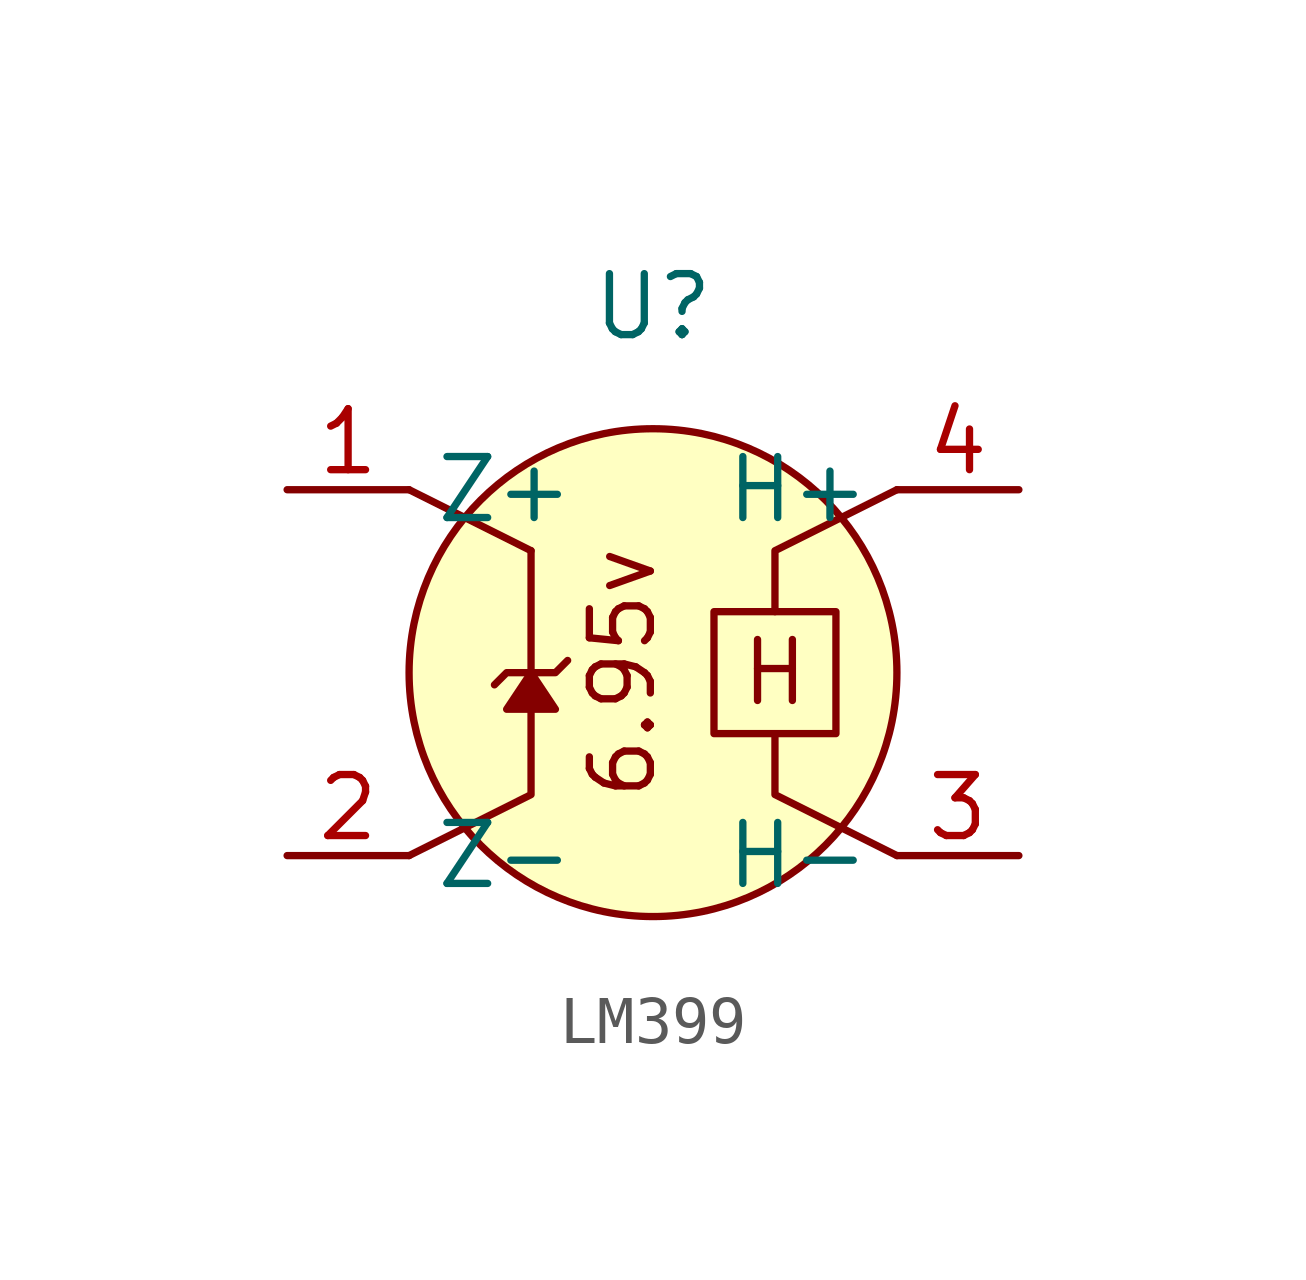
<source format=kicad_sym>
(kicad_symbol_lib
  (version 20220914)
  (generator kicad_symbol_editor)
  (symbol "LM399"
    (property "Reference" "U"
      (at 0 7.62 0)
      (effects (font (size 1.27 1.27))))
    (property "Value" ""
      (at 0 0 0)
      (effects (font (size 1.27 1.27))))
    (symbol "LM399_0_1"
      (polyline (pts (xy -2.54 2.54) (xy -5.08 3.81)) (stroke (width 0) (type default)) (fill (type none))))
    (symbol "LM399_1_1"
      (polyline (pts (xy -2.54 2.54) (xy -2.54 0)) (stroke (width 0) (type default)) (fill (type none)))
      (polyline (pts (xy -5.08 -3.81) (xy -2.54 -2.54) (xy -2.54 -0.762)) (stroke (width 0) (type default)) (fill (type none)))
      (polyline (pts (xy -2.54 0) (xy -3.048 0) (xy -3.302 -0.254)) (stroke (width 0) (type default)) (fill (type none)))
      (polyline (pts (xy -2.54 0) (xy -2.032 0) (xy -1.778 0.254)) (stroke (width 0) (type default)) (fill (type none)))
      (polyline (pts (xy 5.08 -3.81) (xy 2.54 -2.54) (xy 2.54 -1.27)) (stroke (width 0) (type default)) (fill (type none)))
      (polyline (pts (xy 5.08 3.81) (xy 2.54 2.54) (xy 2.54 1.27)) (stroke (width 0) (type default)) (fill (type none)))
      (polyline (pts (xy -2.54 0) (xy -3.048 -0.762) (xy -2.032 -0.762) (xy -2.54 0)) (stroke (width 0) (type default)) (fill (type outline)))
      (circle (center 0 0) (radius 5.08) (stroke (width 0) (type default)) (fill (type background)))
      (text "6.95v" (at -0.635 0 900) (effects (font (size 1.27 1.27))))
      (text_box "H" (at 1.27 1.27 0) (size 2.54 -2.54) (stroke (width 0) (type default)) (fill (type none)) (effects (font (size 1.27 1.27))))
      (pin input line (at -7.62 3.81 0) (length 2.54) (name "Z+" (effects (font (size 1.27 1.27)))) (number "1" (effects (font (size 1.27 1.27)))))
      (pin input line (at -7.62 -3.81 0) (length 2.54) (name "Z-" (effects (font (size 1.27 1.27)))) (number "2" (effects (font (size 1.27 1.27)))))
      (pin input line (at 7.62 -3.81 180) (length 2.54) (name "H-" (effects (font (size 1.27 1.27)))) (number "3" (effects (font (size 1.27 1.27)))))
      (pin input line (at 7.62 3.81 180) (length 2.54) (name "H+" (effects (font (size 1.27 1.27)))) (number "4" (effects (font (size 1.27 1.27))))))))
</source>
